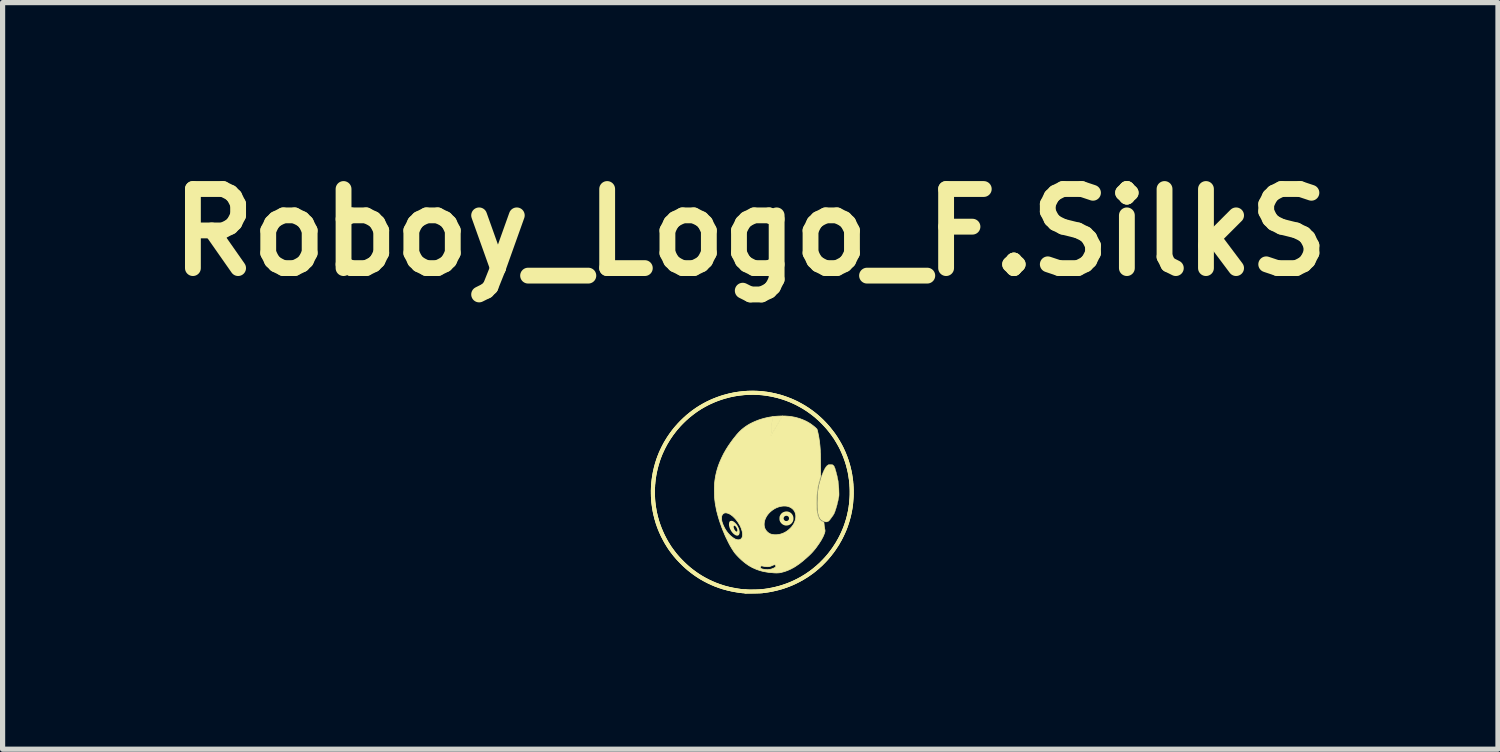
<source format=kicad_pcb>
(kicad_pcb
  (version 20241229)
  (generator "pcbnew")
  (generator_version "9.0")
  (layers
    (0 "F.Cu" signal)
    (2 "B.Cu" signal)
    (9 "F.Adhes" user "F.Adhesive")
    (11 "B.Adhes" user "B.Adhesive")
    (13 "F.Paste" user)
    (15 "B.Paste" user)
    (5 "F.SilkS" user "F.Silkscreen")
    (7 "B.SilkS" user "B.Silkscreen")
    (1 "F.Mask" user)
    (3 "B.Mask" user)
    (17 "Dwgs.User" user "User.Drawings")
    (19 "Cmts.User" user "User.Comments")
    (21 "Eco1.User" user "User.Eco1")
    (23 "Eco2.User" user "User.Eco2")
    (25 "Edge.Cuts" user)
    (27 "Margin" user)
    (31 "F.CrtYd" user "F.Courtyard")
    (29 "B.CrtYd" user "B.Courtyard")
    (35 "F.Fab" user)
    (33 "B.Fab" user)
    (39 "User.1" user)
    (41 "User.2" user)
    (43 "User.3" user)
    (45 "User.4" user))
  (footprint "Roboy_Logo_F.SilkS"
    (layer "F.Cu")
    (at 11.408 6.413)
    (property "Reference" "Roboy_Logo_F.SilkS" (at 0 -4.986 0) (layer "F.SilkS") (effects (font (size 1.524 1.524) (thickness 0.305))))
    (attr smd)
    (fp_line (start -1.877 0.013) (end -1.877 -0.014) (stroke (width 0.078) (type solid)) (layer "F.SilkS"))
    (fp_line (start -1.877 0.04) (end -1.877 0.013) (stroke (width 0.078) (type solid)) (layer "F.SilkS"))
    (fp_line (start -1.877 -0.014) (end -1.876 -0.041) (stroke (width 0.078) (type solid)) (layer "F.SilkS"))
    (fp_line (start -1.876 0.067) (end -1.877 0.04) (stroke (width 0.078) (type solid)) (layer "F.SilkS"))
    (fp_line (start -1.876 -0.041) (end -1.875 -0.068) (stroke (width 0.078) (type solid)) (layer "F.SilkS"))
    (fp_line (start -1.876 0.094) (end -1.876 0.067) (stroke (width 0.078) (type solid)) (layer "F.SilkS"))
    (fp_line (start -1.875 -0.068) (end -1.873 -0.095) (stroke (width 0.078) (type solid)) (layer "F.SilkS"))
    (fp_line (start -1.874 0.121) (end -1.876 0.094) (stroke (width 0.078) (type solid)) (layer "F.SilkS"))
    (fp_line (start -1.873 -0.095) (end -1.872 -0.121) (stroke (width 0.078) (type solid)) (layer "F.SilkS"))
    (fp_line (start -1.873 0.148) (end -1.874 0.121) (stroke (width 0.078) (type solid)) (layer "F.SilkS"))
    (fp_line (start -1.872 -0.121) (end -1.869 -0.148) (stroke (width 0.078) (type solid)) (layer "F.SilkS"))
    (fp_line (start -1.871 0.174) (end -1.873 0.148) (stroke (width 0.078) (type solid)) (layer "F.SilkS"))
    (fp_line (start -1.869 -0.148) (end -1.867 -0.175) (stroke (width 0.078) (type solid)) (layer "F.SilkS"))
    (fp_line (start -1.869 0.201) (end -1.871 0.174) (stroke (width 0.078) (type solid)) (layer "F.SilkS"))
    (fp_line (start -1.867 -0.175) (end -1.864 -0.202) (stroke (width 0.078) (type solid)) (layer "F.SilkS"))
    (fp_line (start -1.866 0.228) (end -1.869 0.201) (stroke (width 0.078) (type solid)) (layer "F.SilkS"))
    (fp_line (start -1.864 -0.202) (end -1.861 -0.229) (stroke (width 0.078) (type solid)) (layer "F.SilkS"))
    (fp_line (start -1.863 0.255) (end -1.866 0.228) (stroke (width 0.078) (type solid)) (layer "F.SilkS"))
    (fp_line (start -1.861 -0.229) (end -1.857 -0.255) (stroke (width 0.078) (type solid)) (layer "F.SilkS"))
    (fp_line (start -1.859 0.282) (end -1.863 0.255) (stroke (width 0.078) (type solid)) (layer "F.SilkS"))
    (fp_line (start -1.857 -0.255) (end -1.853 -0.282) (stroke (width 0.078) (type solid)) (layer "F.SilkS"))
    (fp_line (start -1.856 0.308) (end -1.859 0.282) (stroke (width 0.078) (type solid)) (layer "F.SilkS"))
    (fp_line (start -1.853 -0.282) (end -1.849 -0.308) (stroke (width 0.078) (type solid)) (layer "F.SilkS"))
    (fp_line (start -1.851 0.335) (end -1.856 0.308) (stroke (width 0.078) (type solid)) (layer "F.SilkS"))
    (fp_line (start -1.849 -0.308) (end -1.844 -0.335) (stroke (width 0.078) (type solid)) (layer "F.SilkS"))
    (fp_line (start -1.847 0.362) (end -1.851 0.335) (stroke (width 0.078) (type solid)) (layer "F.SilkS"))
    (fp_line (start -1.844 -0.335) (end -1.839 -0.361) (stroke (width 0.078) (type solid)) (layer "F.SilkS"))
    (fp_line (start -1.842 0.388) (end -1.847 0.362) (stroke (width 0.078) (type solid)) (layer "F.SilkS"))
    (fp_line (start -1.839 -0.361) (end -1.833 -0.388) (stroke (width 0.078) (type solid)) (layer "F.SilkS"))
    (fp_line (start -1.837 0.415) (end -1.842 0.388) (stroke (width 0.078) (type solid)) (layer "F.SilkS"))
    (fp_line (start -1.833 -0.388) (end -1.827 -0.414) (stroke (width 0.078) (type solid)) (layer "F.SilkS"))
    (fp_line (start -1.831 0.441) (end -1.837 0.415) (stroke (width 0.078) (type solid)) (layer "F.SilkS"))
    (fp_line (start -1.827 -0.414) (end -1.821 -0.44) (stroke (width 0.078) (type solid)) (layer "F.SilkS"))
    (fp_line (start -1.825 0.467) (end -1.831 0.441) (stroke (width 0.078) (type solid)) (layer "F.SilkS"))
    (fp_line (start -1.821 -0.44) (end -1.814 -0.467) (stroke (width 0.078) (type solid)) (layer "F.SilkS"))
    (fp_line (start -1.818 0.494) (end -1.825 0.467) (stroke (width 0.078) (type solid)) (layer "F.SilkS"))
    (fp_line (start -1.814 -0.467) (end -1.807 -0.493) (stroke (width 0.078) (type solid)) (layer "F.SilkS"))
    (fp_line (start -1.812 0.52) (end -1.818 0.494) (stroke (width 0.078) (type solid)) (layer "F.SilkS"))
    (fp_line (start -1.807 -0.493) (end -1.8 -0.519) (stroke (width 0.078) (type solid)) (layer "F.SilkS"))
    (fp_line (start -1.804 0.546) (end -1.812 0.52) (stroke (width 0.078) (type solid)) (layer "F.SilkS"))
    (fp_line (start -1.8 -0.519) (end -1.792 -0.544) (stroke (width 0.078) (type solid)) (layer "F.SilkS"))
    (fp_line (start -1.797 0.572) (end -1.804 0.546) (stroke (width 0.078) (type solid)) (layer "F.SilkS"))
    (fp_line (start -1.792 -0.544) (end -1.784 -0.57) (stroke (width 0.078) (type solid)) (layer "F.SilkS"))
    (fp_line (start -1.789 0.598) (end -1.797 0.572) (stroke (width 0.078) (type solid)) (layer "F.SilkS"))
    (fp_line (start -1.784 -0.57) (end -1.776 -0.596) (stroke (width 0.078) (type solid)) (layer "F.SilkS"))
    (fp_line (start -1.781 0.624) (end -1.789 0.598) (stroke (width 0.078) (type solid)) (layer "F.SilkS"))
    (fp_line (start -1.776 -0.596) (end -1.767 -0.621) (stroke (width 0.078) (type solid)) (layer "F.SilkS"))
    (fp_line (start -1.772 0.649) (end -1.781 0.624) (stroke (width 0.078) (type solid)) (layer "F.SilkS"))
    (fp_line (start -1.767 -0.621) (end -1.758 -0.647) (stroke (width 0.078) (type solid)) (layer "F.SilkS"))
    (fp_line (start -1.763 0.675) (end -1.772 0.649) (stroke (width 0.078) (type solid)) (layer "F.SilkS"))
    (fp_line (start -1.758 -0.647) (end -1.748 -0.672) (stroke (width 0.078) (type solid)) (layer "F.SilkS"))
    (fp_line (start -1.753 0.701) (end -1.763 0.675) (stroke (width 0.078) (type solid)) (layer "F.SilkS"))
    (fp_line (start -1.748 -0.672) (end -1.738 -0.697) (stroke (width 0.078) (type solid)) (layer "F.SilkS"))
    (fp_line (start -1.744 0.726) (end -1.753 0.701) (stroke (width 0.078) (type solid)) (layer "F.SilkS"))
    (fp_line (start -1.738 -0.697) (end -1.728 -0.723) (stroke (width 0.078) (type solid)) (layer "F.SilkS"))
    (fp_line (start -1.733 0.751) (end -1.744 0.726) (stroke (width 0.078) (type solid)) (layer "F.SilkS"))
    (fp_line (start -1.728 -0.723) (end -1.717 -0.747) (stroke (width 0.078) (type solid)) (layer "F.SilkS"))
    (fp_line (start -1.723 0.776) (end -1.733 0.751) (stroke (width 0.078) (type solid)) (layer "F.SilkS"))
    (fp_line (start -1.717 -0.747) (end -1.706 -0.772) (stroke (width 0.078) (type solid)) (layer "F.SilkS"))
    (fp_line (start -1.712 0.801) (end -1.723 0.776) (stroke (width 0.078) (type solid)) (layer "F.SilkS"))
    (fp_line (start -1.706 -0.772) (end -1.694 -0.797) (stroke (width 0.078) (type solid)) (layer "F.SilkS"))
    (fp_line (start -1.7 0.826) (end -1.712 0.801) (stroke (width 0.078) (type solid)) (layer "F.SilkS"))
    (fp_line (start -1.694 -0.797) (end -1.683 -0.821) (stroke (width 0.078) (type solid)) (layer "F.SilkS"))
    (fp_line (start -1.689 0.851) (end -1.7 0.826) (stroke (width 0.078) (type solid)) (layer "F.SilkS"))
    (fp_line (start -1.683 -0.821) (end -1.67 -0.846) (stroke (width 0.078) (type solid)) (layer "F.SilkS"))
    (fp_line (start -1.677 0.876) (end -1.689 0.851) (stroke (width 0.078) (type solid)) (layer "F.SilkS"))
    (fp_line (start -1.67 -0.846) (end -1.658 -0.87) (stroke (width 0.078) (type solid)) (layer "F.SilkS"))
    (fp_line (start -1.663 0.901) (end -1.677 0.876) (stroke (width 0.078) (type solid)) (layer "F.SilkS"))
    (fp_line (start -1.658 -0.87) (end -1.645 -0.894) (stroke (width 0.078) (type solid)) (layer "F.SilkS"))
    (fp_line (start -1.65 0.927) (end -1.663 0.901) (stroke (width 0.078) (type solid)) (layer "F.SilkS"))
    (fp_line (start -1.645 -0.894) (end -1.632 -0.918) (stroke (width 0.078) (type solid)) (layer "F.SilkS"))
    (fp_line (start -1.637 0.952) (end -1.65 0.927) (stroke (width 0.078) (type solid)) (layer "F.SilkS"))
    (fp_line (start -1.632 -0.918) (end -1.618 -0.942) (stroke (width 0.078) (type solid)) (layer "F.SilkS"))
    (fp_line (start -1.623 0.976) (end -1.637 0.952) (stroke (width 0.078) (type solid)) (layer "F.SilkS"))
    (fp_line (start -1.618 -0.942) (end -1.604 -0.965) (stroke (width 0.078) (type solid)) (layer "F.SilkS"))
    (fp_line (start -1.609 1.001) (end -1.623 0.976) (stroke (width 0.078) (type solid)) (layer "F.SilkS"))
    (fp_line (start -1.604 -0.965) (end -1.589 -0.989) (stroke (width 0.078) (type solid)) (layer "F.SilkS"))
    (fp_line (start -1.594 1.024) (end -1.609 1.001) (stroke (width 0.078) (type solid)) (layer "F.SilkS"))
    (fp_line (start -1.589 -0.989) (end -1.575 -1.012) (stroke (width 0.078) (type solid)) (layer "F.SilkS"))
    (fp_line (start -1.58 1.048) (end -1.594 1.024) (stroke (width 0.078) (type solid)) (layer "F.SilkS"))
    (fp_line (start -1.575 -1.012) (end -1.56 -1.035) (stroke (width 0.078) (type solid)) (layer "F.SilkS"))
    (fp_line (start -1.565 1.071) (end -1.58 1.048) (stroke (width 0.078) (type solid)) (layer "F.SilkS"))
    (fp_line (start -1.56 -1.035) (end -1.544 -1.058) (stroke (width 0.078) (type solid)) (layer "F.SilkS"))
    (fp_line (start -1.55 1.094) (end -1.565 1.071) (stroke (width 0.078) (type solid)) (layer "F.SilkS"))
    (fp_line (start -1.544 -1.058) (end -1.529 -1.08) (stroke (width 0.078) (type solid)) (layer "F.SilkS"))
    (fp_line (start -1.534 1.117) (end -1.55 1.094) (stroke (width 0.078) (type solid)) (layer "F.SilkS"))
    (fp_line (start -1.529 -1.08) (end -1.513 -1.103) (stroke (width 0.078) (type solid)) (layer "F.SilkS"))
    (fp_line (start -1.518 1.139) (end -1.534 1.117) (stroke (width 0.078) (type solid)) (layer "F.SilkS"))
    (fp_line (start -1.513 -1.103) (end -1.496 -1.125) (stroke (width 0.078) (type solid)) (layer "F.SilkS"))
    (fp_line (start -1.502 1.161) (end -1.518 1.139) (stroke (width 0.078) (type solid)) (layer "F.SilkS"))
    (fp_line (start -1.496 -1.125) (end -1.48 -1.147) (stroke (width 0.078) (type solid)) (layer "F.SilkS"))
    (fp_line (start -1.485 1.183) (end -1.502 1.161) (stroke (width 0.078) (type solid)) (layer "F.SilkS"))
    (fp_line (start -1.48 -1.147) (end -1.463 -1.168) (stroke (width 0.078) (type solid)) (layer "F.SilkS"))
    (fp_line (start -1.468 1.205) (end -1.485 1.183) (stroke (width 0.078) (type solid)) (layer "F.SilkS"))
    (fp_line (start -1.463 -1.168) (end -1.446 -1.19) (stroke (width 0.078) (type solid)) (layer "F.SilkS"))
    (fp_line (start -1.451 1.227) (end -1.468 1.205) (stroke (width 0.078) (type solid)) (layer "F.SilkS"))
    (fp_line (start -1.446 -1.19) (end -1.428 -1.211) (stroke (width 0.078) (type solid)) (layer "F.SilkS"))
    (fp_line (start -1.433 1.248) (end -1.451 1.227) (stroke (width 0.078) (type solid)) (layer "F.SilkS"))
    (fp_line (start -1.428 -1.211) (end -1.41 -1.232) (stroke (width 0.078) (type solid)) (layer "F.SilkS"))
    (fp_line (start -1.415 1.269) (end -1.433 1.248) (stroke (width 0.078) (type solid)) (layer "F.SilkS"))
    (fp_line (start -1.41 -1.232) (end -1.392 -1.252) (stroke (width 0.078) (type solid)) (layer "F.SilkS"))
    (fp_line (start -1.397 1.29) (end -1.415 1.269) (stroke (width 0.078) (type solid)) (layer "F.SilkS"))
    (fp_line (start -1.392 -1.252) (end -1.374 -1.273) (stroke (width 0.078) (type solid)) (layer "F.SilkS"))
    (fp_line (start -1.378 1.311) (end -1.397 1.29) (stroke (width 0.078) (type solid)) (layer "F.SilkS"))
    (fp_line (start -1.374 -1.273) (end -1.355 -1.293) (stroke (width 0.078) (type solid)) (layer "F.SilkS"))
    (fp_line (start -1.358 1.332) (end -1.378 1.311) (stroke (width 0.078) (type solid)) (layer "F.SilkS"))
    (fp_line (start -1.355 -1.293) (end -1.336 -1.313) (stroke (width 0.078) (type solid)) (layer "F.SilkS"))
    (fp_line (start -1.338 1.353) (end -1.358 1.332) (stroke (width 0.078) (type solid)) (layer "F.SilkS"))
    (fp_line (start -1.336 -1.313) (end -1.317 -1.332) (stroke (width 0.078) (type solid)) (layer "F.SilkS"))
    (fp_line (start -1.318 1.373) (end -1.338 1.353) (stroke (width 0.078) (type solid)) (layer "F.SilkS"))
    (fp_line (start -1.317 -1.332) (end -1.297 -1.352) (stroke (width 0.078) (type solid)) (layer "F.SilkS"))
    (fp_line (start -1.297 1.394) (end -1.318 1.373) (stroke (width 0.078) (type solid)) (layer "F.SilkS"))
    (fp_line (start -1.297 -1.352) (end -1.277 -1.371) (stroke (width 0.078) (type solid)) (layer "F.SilkS"))
    (fp_line (start -1.277 1.413) (end -1.297 1.394) (stroke (width 0.078) (type solid)) (layer "F.SilkS"))
    (fp_line (start -1.277 -1.371) (end -1.257 -1.39) (stroke (width 0.078) (type solid)) (layer "F.SilkS"))
    (fp_line (start -1.257 -1.39) (end -1.236 -1.408) (stroke (width 0.078) (type solid)) (layer "F.SilkS"))
    (fp_line (start -1.257 1.432) (end -1.277 1.413) (stroke (width 0.078) (type solid)) (layer "F.SilkS"))
    (fp_line (start -1.236 -1.408) (end -1.216 -1.427) (stroke (width 0.078) (type solid)) (layer "F.SilkS"))
    (fp_line (start -1.236 1.451) (end -1.257 1.432) (stroke (width 0.078) (type solid)) (layer "F.SilkS"))
    (fp_line (start -1.216 1.469) (end -1.236 1.451) (stroke (width 0.078) (type solid)) (layer "F.SilkS"))
    (fp_line (start -1.216 -1.427) (end -1.195 -1.445) (stroke (width 0.078) (type solid)) (layer "F.SilkS"))
    (fp_line (start -1.195 1.487) (end -1.216 1.469) (stroke (width 0.078) (type solid)) (layer "F.SilkS"))
    (fp_line (start -1.195 -1.445) (end -1.173 -1.462) (stroke (width 0.078) (type solid)) (layer "F.SilkS"))
    (fp_line (start -1.174 1.505) (end -1.195 1.487) (stroke (width 0.078) (type solid)) (layer "F.SilkS"))
    (fp_line (start -1.173 -1.462) (end -1.152 -1.48) (stroke (width 0.078) (type solid)) (layer "F.SilkS"))
    (fp_line (start -1.152 1.522) (end -1.174 1.505) (stroke (width 0.078) (type solid)) (layer "F.SilkS"))
    (fp_line (start -1.152 -1.48) (end -1.13 -1.497) (stroke (width 0.078) (type solid)) (layer "F.SilkS"))
    (fp_line (start -1.131 1.539) (end -1.152 1.522) (stroke (width 0.078) (type solid)) (layer "F.SilkS"))
    (fp_line (start -1.13 -1.497) (end -1.108 -1.514) (stroke (width 0.078) (type solid)) (layer "F.SilkS"))
    (fp_line (start -1.109 1.556) (end -1.131 1.539) (stroke (width 0.078) (type solid)) (layer "F.SilkS"))
    (fp_line (start -1.108 -1.514) (end -1.086 -1.53) (stroke (width 0.078) (type solid)) (layer "F.SilkS"))
    (fp_line (start -1.087 1.572) (end -1.109 1.556) (stroke (width 0.078) (type solid)) (layer "F.SilkS"))
    (fp_line (start -1.086 -1.53) (end -1.064 -1.546) (stroke (width 0.078) (type solid)) (layer "F.SilkS"))
    (fp_line (start -1.065 1.588) (end -1.087 1.572) (stroke (width 0.078) (type solid)) (layer "F.SilkS"))
    (fp_line (start -1.064 -1.546) (end -1.042 -1.561) (stroke (width 0.078) (type solid)) (layer "F.SilkS"))
    (fp_line (start -1.042 1.604) (end -1.065 1.588) (stroke (width 0.078) (type solid)) (layer "F.SilkS"))
    (fp_line (start -1.042 -1.561) (end -1.02 -1.577) (stroke (width 0.078) (type solid)) (layer "F.SilkS"))
    (fp_line (start -1.02 1.619) (end -1.042 1.604) (stroke (width 0.078) (type solid)) (layer "F.SilkS"))
    (fp_line (start -1.02 -1.577) (end -0.997 -1.591) (stroke (width 0.078) (type solid)) (layer "F.SilkS"))
    (fp_line (start -0.997 1.634) (end -1.02 1.619) (stroke (width 0.078) (type solid)) (layer "F.SilkS"))
    (fp_line (start -0.997 -1.591) (end -0.974 -1.606) (stroke (width 0.078) (type solid)) (layer "F.SilkS"))
    (fp_line (start -0.974 1.649) (end -0.997 1.634) (stroke (width 0.078) (type solid)) (layer "F.SilkS"))
    (fp_line (start -0.974 -1.606) (end -0.951 -1.62) (stroke (width 0.078) (type solid)) (layer "F.SilkS"))
    (fp_line (start -0.951 1.663) (end -0.974 1.649) (stroke (width 0.078) (type solid)) (layer "F.SilkS"))
    (fp_line (start -0.951 -1.62) (end -0.927 -1.634) (stroke (width 0.078) (type solid)) (layer "F.SilkS"))
    (fp_line (start -0.928 1.677) (end -0.951 1.663) (stroke (width 0.078) (type solid)) (layer "F.SilkS"))
    (fp_line (start -0.927 -1.634) (end -0.904 -1.647) (stroke (width 0.078) (type solid)) (layer "F.SilkS"))
    (fp_line (start -0.904 1.69) (end -0.928 1.677) (stroke (width 0.078) (type solid)) (layer "F.SilkS"))
    (fp_line (start -0.904 -1.647) (end -0.88 -1.661) (stroke (width 0.078) (type solid)) (layer "F.SilkS"))
    (fp_line (start -0.88 1.704) (end -0.904 1.69) (stroke (width 0.078) (type solid)) (layer "F.SilkS"))
    (fp_line (start -0.88 -1.661) (end -0.856 -1.673) (stroke (width 0.078) (type solid)) (layer "F.SilkS"))
    (fp_line (start -0.856 1.716) (end -0.88 1.704) (stroke (width 0.078) (type solid)) (layer "F.SilkS"))
    (fp_line (start -0.856 -1.673) (end -0.832 -1.686) (stroke (width 0.078) (type solid)) (layer "F.SilkS"))
    (fp_line (start -0.832 1.729) (end -0.856 1.716) (stroke (width 0.078) (type solid)) (layer "F.SilkS"))
    (fp_line (start -0.832 -1.686) (end -0.808 -1.698) (stroke (width 0.078) (type solid)) (layer "F.SilkS"))
    (fp_line (start -0.808 1.741) (end -0.832 1.729) (stroke (width 0.078) (type solid)) (layer "F.SilkS"))
    (fp_line (start -0.808 -1.698) (end -0.783 -1.71) (stroke (width 0.078) (type solid)) (layer "F.SilkS"))
    (fp_line (start -0.784 1.753) (end -0.808 1.741) (stroke (width 0.078) (type solid)) (layer "F.SilkS"))
    (fp_line (start -0.783 -1.71) (end -0.759 -1.721) (stroke (width 0.078) (type solid)) (layer "F.SilkS"))
    (fp_line (start -0.759 1.764) (end -0.784 1.753) (stroke (width 0.078) (type solid)) (layer "F.SilkS"))
    (fp_line (start -0.759 -1.721) (end -0.734 -1.732) (stroke (width 0.078) (type solid)) (layer "F.SilkS"))
    (fp_line (start -0.734 1.776) (end -0.759 1.764) (stroke (width 0.078) (type solid)) (layer "F.SilkS"))
    (fp_line (start -0.734 -1.732) (end -0.709 -1.743) (stroke (width 0.078) (type solid)) (layer "F.SilkS"))
    (fp_line (start -0.709 1.786) (end -0.734 1.776) (stroke (width 0.078) (type solid)) (layer "F.SilkS"))
    (fp_line (start -0.709 -1.743) (end -0.684 -1.753) (stroke (width 0.078) (type solid)) (layer "F.SilkS"))
    (fp_line (start -0.684 1.797) (end -0.709 1.786) (stroke (width 0.078) (type solid)) (layer "F.SilkS"))
    (fp_line (start -0.684 -1.753) (end -0.659 -1.763) (stroke (width 0.078) (type solid)) (layer "F.SilkS"))
    (fp_line (start -0.659 1.807) (end -0.684 1.797) (stroke (width 0.078) (type solid)) (layer "F.SilkS"))
    (fp_line (start -0.659 -1.763) (end -0.633 -1.773) (stroke (width 0.078) (type solid)) (layer "F.SilkS"))
    (fp_line (start -0.633 -1.773) (end -0.608 -1.782) (stroke (width 0.078) (type solid)) (layer "F.SilkS"))
    (fp_line (start -0.633 1.816) (end -0.659 1.807) (stroke (width 0.078) (type solid)) (layer "F.SilkS"))
    (fp_line (start -0.608 -1.782) (end -0.582 -1.791) (stroke (width 0.078) (type solid)) (layer "F.SilkS"))
    (fp_line (start -0.608 1.826) (end -0.633 1.816) (stroke (width 0.078) (type solid)) (layer "F.SilkS"))
    (fp_line (start -0.582 -1.791) (end -0.556 -1.8) (stroke (width 0.078) (type solid)) (layer "F.SilkS"))
    (fp_line (start -0.582 1.835) (end -0.608 1.826) (stroke (width 0.078) (type solid)) (layer "F.SilkS"))
    (fp_line (start -0.556 -1.8) (end -0.53 -1.808) (stroke (width 0.078) (type solid)) (layer "F.SilkS"))
    (fp_line (start -0.556 1.843) (end -0.582 1.835) (stroke (width 0.078) (type solid)) (layer "F.SilkS"))
    (fp_line (start -0.53 -1.808) (end -0.504 -1.816) (stroke (width 0.078) (type solid)) (layer "F.SilkS"))
    (fp_line (start -0.53 1.852) (end -0.556 1.843) (stroke (width 0.078) (type solid)) (layer "F.SilkS"))
    (fp_line (start -0.504 -1.816) (end -0.478 -1.823) (stroke (width 0.078) (type solid)) (layer "F.SilkS"))
    (fp_line (start -0.503 1.86) (end -0.53 1.852) (stroke (width 0.078) (type solid)) (layer "F.SilkS"))
    (fp_line (start -0.478 -1.823) (end -0.452 -1.83) (stroke (width 0.078) (type solid)) (layer "F.SilkS"))
    (fp_line (start -0.477 1.867) (end -0.503 1.86) (stroke (width 0.078) (type solid)) (layer "F.SilkS"))
    (fp_line (start -0.452 -1.83) (end -0.425 -1.837) (stroke (width 0.078) (type solid)) (layer "F.SilkS"))
    (fp_line (start -0.45 1.874) (end -0.477 1.867) (stroke (width 0.078) (type solid)) (layer "F.SilkS"))
    (fp_line (start -0.425 -1.837) (end -0.399 -1.844) (stroke (width 0.078) (type solid)) (layer "F.SilkS"))
    (fp_line (start -0.424 1.881) (end -0.45 1.874) (stroke (width 0.078) (type solid)) (layer "F.SilkS"))
    (fp_line (start -0.399 -1.844) (end -0.372 -1.85) (stroke (width 0.078) (type solid)) (layer "F.SilkS"))
    (fp_line (start -0.397 1.887) (end -0.424 1.881) (stroke (width 0.078) (type solid)) (layer "F.SilkS"))
    (fp_line (start -0.372 -1.85) (end -0.346 -1.855) (stroke (width 0.078) (type solid)) (layer "F.SilkS"))
    (fp_line (start -0.37 1.893) (end -0.397 1.887) (stroke (width 0.078) (type solid)) (layer "F.SilkS"))
    (fp_line (start -0.346 -1.855) (end -0.319 -1.861) (stroke (width 0.078) (type solid)) (layer "F.SilkS"))
    (fp_line (start -0.343 1.899) (end -0.37 1.893) (stroke (width 0.078) (type solid)) (layer "F.SilkS"))
    (fp_line (start -0.319 -1.861) (end -0.292 -1.866) (stroke (width 0.078) (type solid)) (layer "F.SilkS"))
    (fp_line (start -0.315 1.904) (end -0.343 1.899) (stroke (width 0.078) (type solid)) (layer "F.SilkS"))
    (fp_line (start -0.292 -1.866) (end -0.265 -1.87) (stroke (width 0.078) (type solid)) (layer "F.SilkS"))
    (fp_line (start -0.288 1.909) (end -0.315 1.904) (stroke (width 0.078) (type solid)) (layer "F.SilkS"))
    (fp_line (start -0.265 -1.87) (end -0.238 -1.874) (stroke (width 0.078) (type solid)) (layer "F.SilkS"))
    (fp_line (start -0.26 1.914) (end -0.288 1.909) (stroke (width 0.078) (type solid)) (layer "F.SilkS"))
    (fp_line (start -0.238 -1.874) (end -0.211 -1.878) (stroke (width 0.078) (type solid)) (layer "F.SilkS"))
    (fp_line (start -0.233 1.918) (end -0.26 1.914) (stroke (width 0.078) (type solid)) (layer "F.SilkS"))
    (fp_line (start -0.211 -1.878) (end -0.184 -1.881) (stroke (width 0.078) (type solid)) (layer "F.SilkS"))
    (fp_line (start -0.205 1.922) (end -0.233 1.918) (stroke (width 0.078) (type solid)) (layer "F.SilkS"))
    (fp_line (start -0.184 -1.881) (end -0.157 -1.884) (stroke (width 0.078) (type solid)) (layer "F.SilkS"))
    (fp_line (start -0.177 1.926) (end -0.205 1.922) (stroke (width 0.078) (type solid)) (layer "F.SilkS"))
    (fp_line (start -0.157 -1.884) (end -0.13 -1.887) (stroke (width 0.078) (type solid)) (layer "F.SilkS"))
    (fp_line (start -0.149 1.929) (end -0.177 1.926) (stroke (width 0.078) (type solid)) (layer "F.SilkS"))
    (fp_line (start -0.13 -1.887) (end -0.103 -1.889) (stroke (width 0.078) (type solid)) (layer "F.SilkS"))
    (fp_line (start -0.121 1.931) (end -0.149 1.929) (stroke (width 0.078) (type solid)) (layer "F.SilkS"))
    (fp_line (start -0.103 -1.889) (end -0.075 -1.891) (stroke (width 0.078) (type solid)) (layer "F.SilkS"))
    (fp_line (start -0.093 1.934) (end -0.121 1.931) (stroke (width 0.078) (type solid)) (layer "F.SilkS"))
    (fp_line (start -0.093 1.934) (end -0.093 1.934) (stroke (width 0.078) (type solid)) (layer "F.SilkS"))
    (fp_line (start -0.075 -1.891) (end -0.048 -1.893) (stroke (width 0.078) (type solid)) (layer "F.SilkS"))
    (fp_line (start -0.074 1.935) (end -0.093 1.934) (stroke (width 0.078) (type solid)) (layer "F.SilkS"))
    (fp_line (start -0.052 1.935) (end -0.074 1.935) (stroke (width 0.078) (type solid)) (layer "F.SilkS"))
    (fp_line (start -0.048 -1.893) (end -0.021 -1.894) (stroke (width 0.078) (type solid)) (layer "F.SilkS"))
    (fp_line (start -0.025 1.936) (end -0.052 1.935) (stroke (width 0.078) (type solid)) (layer "F.SilkS"))
    (fp_line (start -0.021 -1.894) (end 0.007 -1.894) (stroke (width 0.078) (type solid)) (layer "F.SilkS"))
    (fp_line (start 0.005 1.936) (end -0.025 1.936) (stroke (width 0.078) (type solid)) (layer "F.SilkS"))
    (fp_line (start 0.007 -1.894) (end 0.034 -1.895) (stroke (width 0.078) (type solid)) (layer "F.SilkS"))
    (fp_line (start 0.034 -1.895) (end 0.061 -1.895) (stroke (width 0.078) (type solid)) (layer "F.SilkS"))
    (fp_line (start 0.036 1.936) (end 0.005 1.936) (stroke (width 0.078) (type solid)) (layer "F.SilkS"))
    (fp_line (start 0.061 -1.895) (end 0.089 -1.894) (stroke (width 0.078) (type solid)) (layer "F.SilkS"))
    (fp_line (start 0.068 1.935) (end 0.036 1.936) (stroke (width 0.078) (type solid)) (layer "F.SilkS"))
    (fp_line (start 0.089 -1.894) (end 0.116 -1.893) (stroke (width 0.078) (type solid)) (layer "F.SilkS"))
    (fp_line (start 0.1 1.935) (end 0.068 1.935) (stroke (width 0.078) (type solid)) (layer "F.SilkS"))
    (fp_line (start 0.116 -1.893) (end 0.143 -1.892) (stroke (width 0.078) (type solid)) (layer "F.SilkS"))
    (fp_line (start 0.132 1.934) (end 0.1 1.935) (stroke (width 0.078) (type solid)) (layer "F.SilkS"))
    (fp_line (start 0.143 -1.892) (end 0.171 -1.89) (stroke (width 0.078) (type solid)) (layer "F.SilkS"))
    (fp_line (start 0.161 1.933) (end 0.132 1.934) (stroke (width 0.078) (type solid)) (layer "F.SilkS"))
    (fp_line (start 0.171 -1.89) (end 0.198 -1.888) (stroke (width 0.078) (type solid)) (layer "F.SilkS"))
    (fp_line (start 0.188 1.932) (end 0.161 1.933) (stroke (width 0.078) (type solid)) (layer "F.SilkS"))
    (fp_line (start 0.198 -1.888) (end 0.225 -1.886) (stroke (width 0.078) (type solid)) (layer "F.SilkS"))
    (fp_line (start 0.211 1.93) (end 0.188 1.932) (stroke (width 0.078) (type solid)) (layer "F.SilkS"))
    (fp_line (start 0.225 -1.886) (end 0.252 -1.883) (stroke (width 0.078) (type solid)) (layer "F.SilkS"))
    (fp_line (start 0.229 1.929) (end 0.211 1.93) (stroke (width 0.078) (type solid)) (layer "F.SilkS"))
    (fp_line (start 0.252 -1.883) (end 0.28 -1.879) (stroke (width 0.078) (type solid)) (layer "F.SilkS"))
    (fp_line (start 0.257 1.925) (end 0.229 1.929) (stroke (width 0.078) (type solid)) (layer "F.SilkS"))
    (fp_line (start 0.28 -1.879) (end 0.308 -1.876) (stroke (width 0.078) (type solid)) (layer "F.SilkS"))
    (fp_line (start 0.285 1.922) (end 0.257 1.925) (stroke (width 0.078) (type solid)) (layer "F.SilkS"))
    (fp_line (start 0.308 -1.876) (end 0.335 -1.872) (stroke (width 0.078) (type solid)) (layer "F.SilkS"))
    (fp_line (start 0.312 1.918) (end 0.285 1.922) (stroke (width 0.078) (type solid)) (layer "F.SilkS"))
    (fp_line (start 0.335 -1.872) (end 0.362 -1.867) (stroke (width 0.078) (type solid)) (layer "F.SilkS"))
    (fp_line (start 0.34 1.914) (end 0.312 1.918) (stroke (width 0.078) (type solid)) (layer "F.SilkS"))
    (fp_line (start 0.362 -1.867) (end 0.39 -1.862) (stroke (width 0.078) (type solid)) (layer "F.SilkS"))
    (fp_line (start 0.367 1.909) (end 0.34 1.914) (stroke (width 0.078) (type solid)) (layer "F.SilkS"))
    (fp_line (start 0.39 -1.862) (end 0.417 -1.857) (stroke (width 0.078) (type solid)) (layer "F.SilkS"))
    (fp_line (start 0.394 1.904) (end 0.367 1.909) (stroke (width 0.078) (type solid)) (layer "F.SilkS"))
    (fp_line (start 0.417 -1.857) (end 0.444 -1.851) (stroke (width 0.078) (type solid)) (layer "F.SilkS"))
    (fp_line (start 0.421 1.899) (end 0.394 1.904) (stroke (width 0.078) (type solid)) (layer "F.SilkS"))
    (fp_line (start 0.444 -1.851) (end 0.471 -1.845) (stroke (width 0.078) (type solid)) (layer "F.SilkS"))
    (fp_line (start 0.448 1.893) (end 0.421 1.899) (stroke (width 0.078) (type solid)) (layer "F.SilkS"))
    (fp_line (start 0.471 -1.845) (end 0.497 -1.839) (stroke (width 0.078) (type solid)) (layer "F.SilkS"))
    (fp_line (start 0.474 1.887) (end 0.448 1.893) (stroke (width 0.078) (type solid)) (layer "F.SilkS"))
    (fp_line (start 0.497 -1.839) (end 0.524 -1.832) (stroke (width 0.078) (type solid)) (layer "F.SilkS"))
    (fp_line (start 0.501 1.881) (end 0.474 1.887) (stroke (width 0.078) (type solid)) (layer "F.SilkS"))
    (fp_line (start 0.524 -1.832) (end 0.551 -1.825) (stroke (width 0.078) (type solid)) (layer "F.SilkS"))
    (fp_line (start 0.527 1.874) (end 0.501 1.881) (stroke (width 0.078) (type solid)) (layer "F.SilkS"))
    (fp_line (start 0.551 -1.825) (end 0.577 -1.818) (stroke (width 0.078) (type solid)) (layer "F.SilkS"))
    (fp_line (start 0.554 1.867) (end 0.527 1.874) (stroke (width 0.078) (type solid)) (layer "F.SilkS"))
    (fp_line (start 0.577 -1.818) (end 0.603 -1.81) (stroke (width 0.078) (type solid)) (layer "F.SilkS"))
    (fp_line (start 0.58 1.86) (end 0.554 1.867) (stroke (width 0.078) (type solid)) (layer "F.SilkS"))
    (fp_line (start 0.603 -1.81) (end 0.629 -1.802) (stroke (width 0.078) (type solid)) (layer "F.SilkS"))
    (fp_line (start 0.606 1.852) (end 0.58 1.86) (stroke (width 0.078) (type solid)) (layer "F.SilkS"))
    (fp_line (start 0.629 -1.802) (end 0.655 -1.793) (stroke (width 0.078) (type solid)) (layer "F.SilkS"))
    (fp_line (start 0.632 1.844) (end 0.606 1.852) (stroke (width 0.078) (type solid)) (layer "F.SilkS"))
    (fp_line (start 0.655 -1.793) (end 0.681 -1.784) (stroke (width 0.078) (type solid)) (layer "F.SilkS"))
    (fp_line (start 0.657 1.835) (end 0.632 1.844) (stroke (width 0.078) (type solid)) (layer "F.SilkS"))
    (fp_line (start 0.681 -1.784) (end 0.707 -1.775) (stroke (width 0.078) (type solid)) (layer "F.SilkS"))
    (fp_line (start 0.683 1.827) (end 0.657 1.835) (stroke (width 0.078) (type solid)) (layer "F.SilkS"))
    (fp_line (start 0.707 -1.775) (end 0.732 -1.765) (stroke (width 0.078) (type solid)) (layer "F.SilkS"))
    (fp_line (start 0.708 1.817) (end 0.683 1.827) (stroke (width 0.078) (type solid)) (layer "F.SilkS"))
    (fp_line (start 0.732 -1.765) (end 0.757 -1.755) (stroke (width 0.078) (type solid)) (layer "F.SilkS"))
    (fp_line (start 0.733 1.808) (end 0.708 1.817) (stroke (width 0.078) (type solid)) (layer "F.SilkS"))
    (fp_line (start 0.757 -1.755) (end 0.783 -1.745) (stroke (width 0.078) (type solid)) (layer "F.SilkS"))
    (fp_line (start 0.758 1.798) (end 0.733 1.808) (stroke (width 0.078) (type solid)) (layer "F.SilkS"))
    (fp_line (start 0.783 -1.745) (end 0.808 -1.734) (stroke (width 0.078) (type solid)) (layer "F.SilkS"))
    (fp_line (start 0.783 1.788) (end 0.758 1.798) (stroke (width 0.078) (type solid)) (layer "F.SilkS"))
    (fp_line (start 0.808 -1.734) (end 0.832 -1.723) (stroke (width 0.078) (type solid)) (layer "F.SilkS"))
    (fp_line (start 0.808 1.777) (end 0.783 1.788) (stroke (width 0.078) (type solid)) (layer "F.SilkS"))
    (fp_line (start 0.832 -1.723) (end 0.857 -1.712) (stroke (width 0.078) (type solid)) (layer "F.SilkS"))
    (fp_line (start 0.833 1.766) (end 0.808 1.777) (stroke (width 0.078) (type solid)) (layer "F.SilkS"))
    (fp_line (start 0.857 1.755) (end 0.833 1.766) (stroke (width 0.078) (type solid)) (layer "F.SilkS"))
    (fp_line (start 0.857 -1.712) (end 0.882 -1.7) (stroke (width 0.078) (type solid)) (layer "F.SilkS"))
    (fp_line (start 0.881 1.743) (end 0.857 1.755) (stroke (width 0.078) (type solid)) (layer "F.SilkS"))
    (fp_line (start 0.882 -1.7) (end 0.906 -1.688) (stroke (width 0.078) (type solid)) (layer "F.SilkS"))
    (fp_line (start 0.905 1.731) (end 0.881 1.743) (stroke (width 0.078) (type solid)) (layer "F.SilkS"))
    (fp_line (start 0.906 -1.688) (end 0.93 -1.675) (stroke (width 0.078) (type solid)) (layer "F.SilkS"))
    (fp_line (start 0.929 1.719) (end 0.905 1.731) (stroke (width 0.078) (type solid)) (layer "F.SilkS"))
    (fp_line (start 0.93 -1.675) (end 0.954 -1.662) (stroke (width 0.078) (type solid)) (layer "F.SilkS"))
    (fp_line (start 0.953 1.706) (end 0.929 1.719) (stroke (width 0.078) (type solid)) (layer "F.SilkS"))
    (fp_line (start 0.954 -1.662) (end 0.978 -1.649) (stroke (width 0.078) (type solid)) (layer "F.SilkS"))
    (fp_line (start 0.977 1.693) (end 0.953 1.706) (stroke (width 0.078) (type solid)) (layer "F.SilkS"))
    (fp_line (start 0.978 -1.649) (end 1.001 -1.636) (stroke (width 0.078) (type solid)) (layer "F.SilkS"))
    (fp_line (start 1 1.68) (end 0.977 1.693) (stroke (width 0.078) (type solid)) (layer "F.SilkS"))
    (fp_line (start 1.001 -1.636) (end 1.025 -1.622) (stroke (width 0.078) (type solid)) (layer "F.SilkS"))
    (fp_line (start 1.023 1.666) (end 1 1.68) (stroke (width 0.078) (type solid)) (layer "F.SilkS"))
    (fp_line (start 1.025 -1.622) (end 1.048 -1.608) (stroke (width 0.078) (type solid)) (layer "F.SilkS"))
    (fp_line (start 1.046 1.652) (end 1.023 1.666) (stroke (width 0.078) (type solid)) (layer "F.SilkS"))
    (fp_line (start 1.048 -1.608) (end 1.071 -1.593) (stroke (width 0.078) (type solid)) (layer "F.SilkS"))
    (fp_line (start 1.069 1.638) (end 1.046 1.652) (stroke (width 0.078) (type solid)) (layer "F.SilkS"))
    (fp_line (start 1.071 -1.593) (end 1.094 -1.579) (stroke (width 0.078) (type solid)) (layer "F.SilkS"))
    (fp_line (start 1.092 1.623) (end 1.069 1.638) (stroke (width 0.078) (type solid)) (layer "F.SilkS"))
    (fp_line (start 1.094 -1.579) (end 1.116 -1.564) (stroke (width 0.078) (type solid)) (layer "F.SilkS"))
    (fp_line (start 1.114 1.608) (end 1.092 1.623) (stroke (width 0.078) (type solid)) (layer "F.SilkS"))
    (fp_line (start 1.116 -1.564) (end 1.138 -1.548) (stroke (width 0.078) (type solid)) (layer "F.SilkS"))
    (fp_line (start 1.136 1.593) (end 1.114 1.608) (stroke (width 0.078) (type solid)) (layer "F.SilkS"))
    (fp_line (start 1.138 -1.548) (end 1.161 -1.532) (stroke (width 0.078) (type solid)) (layer "F.SilkS"))
    (fp_line (start 1.159 1.577) (end 1.136 1.593) (stroke (width 0.078) (type solid)) (layer "F.SilkS"))
    (fp_line (start 1.161 -1.532) (end 1.183 -1.516) (stroke (width 0.078) (type solid)) (layer "F.SilkS"))
    (fp_line (start 1.181 1.561) (end 1.159 1.577) (stroke (width 0.078) (type solid)) (layer "F.SilkS"))
    (fp_line (start 1.183 -1.516) (end 1.204 -1.5) (stroke (width 0.078) (type solid)) (layer "F.SilkS"))
    (fp_line (start 1.202 1.545) (end 1.181 1.561) (stroke (width 0.078) (type solid)) (layer "F.SilkS"))
    (fp_line (start 1.204 -1.5) (end 1.226 -1.483) (stroke (width 0.078) (type solid)) (layer "F.SilkS"))
    (fp_line (start 1.224 1.528) (end 1.202 1.545) (stroke (width 0.078) (type solid)) (layer "F.SilkS"))
    (fp_line (start 1.226 -1.483) (end 1.247 -1.466) (stroke (width 0.078) (type solid)) (layer "F.SilkS"))
    (fp_line (start 1.245 1.511) (end 1.224 1.528) (stroke (width 0.078) (type solid)) (layer "F.SilkS"))
    (fp_line (start 1.247 -1.466) (end 1.268 -1.449) (stroke (width 0.078) (type solid)) (layer "F.SilkS"))
    (fp_line (start 1.266 1.493) (end 1.245 1.511) (stroke (width 0.078) (type solid)) (layer "F.SilkS"))
    (fp_line (start 1.268 -1.449) (end 1.289 -1.431) (stroke (width 0.078) (type solid)) (layer "F.SilkS"))
    (fp_line (start 1.287 1.476) (end 1.266 1.493) (stroke (width 0.078) (type solid)) (layer "F.SilkS"))
    (fp_line (start 1.289 -1.431) (end 1.309 -1.413) (stroke (width 0.078) (type solid)) (layer "F.SilkS"))
    (fp_line (start 1.308 1.458) (end 1.287 1.476) (stroke (width 0.078) (type solid)) (layer "F.SilkS"))
    (fp_line (start 1.309 -1.413) (end 1.33 -1.395) (stroke (width 0.078) (type solid)) (layer "F.SilkS"))
    (fp_line (start 1.328 1.439) (end 1.308 1.458) (stroke (width 0.078) (type solid)) (layer "F.SilkS"))
    (fp_line (start 1.33 -1.395) (end 1.35 -1.376) (stroke (width 0.078) (type solid)) (layer "F.SilkS"))
    (fp_line (start 1.349 1.421) (end 1.328 1.439) (stroke (width 0.078) (type solid)) (layer "F.SilkS"))
    (fp_line (start 1.35 -1.376) (end 1.37 -1.357) (stroke (width 0.078) (type solid)) (layer "F.SilkS"))
    (fp_line (start 1.369 1.402) (end 1.349 1.421) (stroke (width 0.078) (type solid)) (layer "F.SilkS"))
    (fp_line (start 1.37 -1.357) (end 1.389 -1.338) (stroke (width 0.078) (type solid)) (layer "F.SilkS"))
    (fp_line (start 1.388 1.382) (end 1.369 1.402) (stroke (width 0.078) (type solid)) (layer "F.SilkS"))
    (fp_line (start 1.389 -1.338) (end 1.409 -1.318) (stroke (width 0.078) (type solid)) (layer "F.SilkS"))
    (fp_line (start 1.407 1.363) (end 1.388 1.382) (stroke (width 0.078) (type solid)) (layer "F.SilkS"))
    (fp_line (start 1.409 -1.318) (end 1.428 -1.298) (stroke (width 0.078) (type solid)) (layer "F.SilkS"))
    (fp_line (start 1.427 1.343) (end 1.407 1.363) (stroke (width 0.078) (type solid)) (layer "F.SilkS"))
    (fp_line (start 1.428 -1.298) (end 1.447 -1.278) (stroke (width 0.078) (type solid)) (layer "F.SilkS"))
    (fp_line (start 1.445 1.323) (end 1.427 1.343) (stroke (width 0.078) (type solid)) (layer "F.SilkS"))
    (fp_line (start 1.447 -1.278) (end 1.465 -1.258) (stroke (width 0.078) (type solid)) (layer "F.SilkS"))
    (fp_line (start 1.464 1.303) (end 1.445 1.323) (stroke (width 0.078) (type solid)) (layer "F.SilkS"))
    (fp_line (start 1.465 -1.258) (end 1.484 -1.237) (stroke (width 0.078) (type solid)) (layer "F.SilkS"))
    (fp_line (start 1.482 1.282) (end 1.464 1.303) (stroke (width 0.078) (type solid)) (layer "F.SilkS"))
    (fp_line (start 1.484 -1.237) (end 1.502 -1.216) (stroke (width 0.078) (type solid)) (layer "F.SilkS"))
    (fp_line (start 1.5 1.261) (end 1.482 1.282) (stroke (width 0.078) (type solid)) (layer "F.SilkS"))
    (fp_line (start 1.502 -1.216) (end 1.519 -1.195) (stroke (width 0.078) (type solid)) (layer "F.SilkS"))
    (fp_line (start 1.518 1.24) (end 1.5 1.261) (stroke (width 0.078) (type solid)) (layer "F.SilkS"))
    (fp_line (start 1.519 -1.195) (end 1.537 -1.173) (stroke (width 0.078) (type solid)) (layer "F.SilkS"))
    (fp_line (start 1.535 1.219) (end 1.518 1.24) (stroke (width 0.078) (type solid)) (layer "F.SilkS"))
    (fp_line (start 1.537 -1.173) (end 1.554 -1.151) (stroke (width 0.078) (type solid)) (layer "F.SilkS"))
    (fp_line (start 1.552 1.197) (end 1.535 1.219) (stroke (width 0.078) (type solid)) (layer "F.SilkS"))
    (fp_line (start 1.554 -1.151) (end 1.571 -1.129) (stroke (width 0.078) (type solid)) (layer "F.SilkS"))
    (fp_line (start 1.569 1.175) (end 1.552 1.197) (stroke (width 0.078) (type solid)) (layer "F.SilkS"))
    (fp_line (start 1.571 -1.129) (end 1.588 -1.107) (stroke (width 0.078) (type solid)) (layer "F.SilkS"))
    (fp_line (start 1.585 1.153) (end 1.569 1.175) (stroke (width 0.078) (type solid)) (layer "F.SilkS"))
    (fp_line (start 1.588 -1.107) (end 1.604 -1.085) (stroke (width 0.078) (type solid)) (layer "F.SilkS"))
    (fp_line (start 1.601 1.131) (end 1.585 1.153) (stroke (width 0.078) (type solid)) (layer "F.SilkS"))
    (fp_line (start 1.604 -1.085) (end 1.619 -1.062) (stroke (width 0.078) (type solid)) (layer "F.SilkS"))
    (fp_line (start 1.617 1.108) (end 1.601 1.131) (stroke (width 0.078) (type solid)) (layer "F.SilkS"))
    (fp_line (start 1.619 -1.062) (end 1.635 -1.04) (stroke (width 0.078) (type solid)) (layer "F.SilkS"))
    (fp_line (start 1.632 1.086) (end 1.617 1.108) (stroke (width 0.078) (type solid)) (layer "F.SilkS"))
    (fp_line (start 1.635 -1.04) (end 1.65 -1.017) (stroke (width 0.078) (type solid)) (layer "F.SilkS"))
    (fp_line (start 1.647 1.063) (end 1.632 1.086) (stroke (width 0.078) (type solid)) (layer "F.SilkS"))
    (fp_line (start 1.65 -1.017) (end 1.664 -0.994) (stroke (width 0.078) (type solid)) (layer "F.SilkS"))
    (fp_line (start 1.662 1.04) (end 1.647 1.063) (stroke (width 0.078) (type solid)) (layer "F.SilkS"))
    (fp_line (start 1.664 -0.994) (end 1.678 -0.971) (stroke (width 0.078) (type solid)) (layer "F.SilkS"))
    (fp_line (start 1.677 1.016) (end 1.662 1.04) (stroke (width 0.078) (type solid)) (layer "F.SilkS"))
    (fp_line (start 1.678 -0.971) (end 1.692 -0.948) (stroke (width 0.078) (type solid)) (layer "F.SilkS"))
    (fp_line (start 1.691 0.993) (end 1.677 1.016) (stroke (width 0.078) (type solid)) (layer "F.SilkS"))
    (fp_line (start 1.692 -0.948) (end 1.706 -0.924) (stroke (width 0.078) (type solid)) (layer "F.SilkS"))
    (fp_line (start 1.704 0.969) (end 1.691 0.993) (stroke (width 0.078) (type solid)) (layer "F.SilkS"))
    (fp_line (start 1.706 -0.924) (end 1.719 -0.901) (stroke (width 0.078) (type solid)) (layer "F.SilkS"))
    (fp_line (start 1.718 0.945) (end 1.704 0.969) (stroke (width 0.078) (type solid)) (layer "F.SilkS"))
    (fp_line (start 1.719 -0.901) (end 1.732 -0.877) (stroke (width 0.078) (type solid)) (layer "F.SilkS"))
    (fp_line (start 1.731 0.921) (end 1.718 0.945) (stroke (width 0.078) (type solid)) (layer "F.SilkS"))
    (fp_line (start 1.732 -0.877) (end 1.745 -0.853) (stroke (width 0.078) (type solid)) (layer "F.SilkS"))
    (fp_line (start 1.744 0.897) (end 1.731 0.921) (stroke (width 0.078) (type solid)) (layer "F.SilkS"))
    (fp_line (start 1.745 -0.853) (end 1.757 -0.829) (stroke (width 0.078) (type solid)) (layer "F.SilkS"))
    (fp_line (start 1.756 0.872) (end 1.744 0.897) (stroke (width 0.078) (type solid)) (layer "F.SilkS"))
    (fp_line (start 1.757 -0.829) (end 1.769 -0.804) (stroke (width 0.078) (type solid)) (layer "F.SilkS"))
    (fp_line (start 1.768 0.848) (end 1.756 0.872) (stroke (width 0.078) (type solid)) (layer "F.SilkS"))
    (fp_line (start 1.769 -0.804) (end 1.78 -0.78) (stroke (width 0.078) (type solid)) (layer "F.SilkS"))
    (fp_line (start 1.78 0.823) (end 1.768 0.848) (stroke (width 0.078) (type solid)) (layer "F.SilkS"))
    (fp_line (start 1.78 -0.78) (end 1.791 -0.755) (stroke (width 0.078) (type solid)) (layer "F.SilkS"))
    (fp_line (start 1.791 0.798) (end 1.78 0.823) (stroke (width 0.078) (type solid)) (layer "F.SilkS"))
    (fp_line (start 1.791 -0.755) (end 1.802 -0.731) (stroke (width 0.078) (type solid)) (layer "F.SilkS"))
    (fp_line (start 1.802 -0.731) (end 1.812 -0.706) (stroke (width 0.078) (type solid)) (layer "F.SilkS"))
    (fp_line (start 1.802 0.773) (end 1.791 0.798) (stroke (width 0.078) (type solid)) (layer "F.SilkS"))
    (fp_line (start 1.812 -0.706) (end 1.822 -0.681) (stroke (width 0.078) (type solid)) (layer "F.SilkS"))
    (fp_line (start 1.813 0.748) (end 1.802 0.773) (stroke (width 0.078) (type solid)) (layer "F.SilkS"))
    (fp_line (start 1.822 -0.681) (end 1.832 -0.656) (stroke (width 0.078) (type solid)) (layer "F.SilkS"))
    (fp_line (start 1.823 0.723) (end 1.813 0.748) (stroke (width 0.078) (type solid)) (layer "F.SilkS"))
    (fp_line (start 1.832 -0.656) (end 1.841 -0.63) (stroke (width 0.078) (type solid)) (layer "F.SilkS"))
    (fp_line (start 1.833 0.697) (end 1.823 0.723) (stroke (width 0.078) (type solid)) (layer "F.SilkS"))
    (fp_line (start 1.841 -0.63) (end 1.85 -0.605) (stroke (width 0.078) (type solid)) (layer "F.SilkS"))
    (fp_line (start 1.842 0.672) (end 1.833 0.697) (stroke (width 0.078) (type solid)) (layer "F.SilkS"))
    (fp_line (start 1.85 -0.605) (end 1.859 -0.58) (stroke (width 0.078) (type solid)) (layer "F.SilkS"))
    (fp_line (start 1.851 0.646) (end 1.842 0.672) (stroke (width 0.078) (type solid)) (layer "F.SilkS"))
    (fp_line (start 1.859 -0.58) (end 1.867 -0.554) (stroke (width 0.078) (type solid)) (layer "F.SilkS"))
    (fp_line (start 1.86 0.62) (end 1.851 0.646) (stroke (width 0.078) (type solid)) (layer "F.SilkS"))
    (fp_line (start 1.867 -0.554) (end 1.875 -0.528) (stroke (width 0.078) (type solid)) (layer "F.SilkS"))
    (fp_line (start 1.868 0.594) (end 1.86 0.62) (stroke (width 0.078) (type solid)) (layer "F.SilkS"))
    (fp_line (start 1.875 -0.528) (end 1.883 -0.502) (stroke (width 0.078) (type solid)) (layer "F.SilkS"))
    (fp_line (start 1.876 0.568) (end 1.868 0.594) (stroke (width 0.078) (type solid)) (layer "F.SilkS"))
    (fp_line (start 1.883 -0.502) (end 1.89 -0.476) (stroke (width 0.078) (type solid)) (layer "F.SilkS"))
    (fp_line (start 1.884 0.541) (end 1.876 0.568) (stroke (width 0.078) (type solid)) (layer "F.SilkS"))
    (fp_line (start 1.89 -0.476) (end 1.896 -0.45) (stroke (width 0.078) (type solid)) (layer "F.SilkS"))
    (fp_line (start 1.891 0.515) (end 1.884 0.541) (stroke (width 0.078) (type solid)) (layer "F.SilkS"))
    (fp_line (start 1.896 -0.45) (end 1.903 -0.424) (stroke (width 0.078) (type solid)) (layer "F.SilkS"))
    (fp_line (start 1.898 0.489) (end 1.891 0.515) (stroke (width 0.078) (type solid)) (layer "F.SilkS"))
    (fp_line (start 1.903 -0.424) (end 1.909 -0.397) (stroke (width 0.078) (type solid)) (layer "F.SilkS"))
    (fp_line (start 1.904 0.463) (end 1.898 0.489) (stroke (width 0.078) (type solid)) (layer "F.SilkS"))
    (fp_line (start 1.909 -0.397) (end 1.915 -0.371) (stroke (width 0.078) (type solid)) (layer "F.SilkS"))
    (fp_line (start 1.91 0.437) (end 1.904 0.463) (stroke (width 0.078) (type solid)) (layer "F.SilkS"))
    (fp_line (start 1.915 -0.371) (end 1.92 -0.344) (stroke (width 0.078) (type solid)) (layer "F.SilkS"))
    (fp_line (start 1.915 0.411) (end 1.91 0.437) (stroke (width 0.078) (type solid)) (layer "F.SilkS"))
    (fp_line (start 1.92 -0.344) (end 1.925 -0.318) (stroke (width 0.078) (type solid)) (layer "F.SilkS"))
    (fp_line (start 1.921 0.386) (end 1.915 0.411) (stroke (width 0.078) (type solid)) (layer "F.SilkS"))
    (fp_line (start 1.925 -0.318) (end 1.929 -0.291) (stroke (width 0.078) (type solid)) (layer "F.SilkS"))
    (fp_line (start 1.925 0.36) (end 1.921 0.386) (stroke (width 0.078) (type solid)) (layer "F.SilkS"))
    (fp_line (start 1.929 -0.291) (end 1.933 -0.264) (stroke (width 0.078) (type solid)) (layer "F.SilkS"))
    (fp_line (start 1.93 0.334) (end 1.925 0.36) (stroke (width 0.078) (type solid)) (layer "F.SilkS"))
    (fp_line (start 1.933 -0.264) (end 1.937 -0.237) (stroke (width 0.078) (type solid)) (layer "F.SilkS"))
    (fp_line (start 1.934 0.307) (end 1.93 0.334) (stroke (width 0.078) (type solid)) (layer "F.SilkS"))
    (fp_line (start 1.937 -0.237) (end 1.941 -0.21) (stroke (width 0.078) (type solid)) (layer "F.SilkS"))
    (fp_line (start 1.937 0.281) (end 1.934 0.307) (stroke (width 0.078) (type solid)) (layer "F.SilkS"))
    (fp_line (start 1.941 -0.21) (end 1.944 -0.183) (stroke (width 0.078) (type solid)) (layer "F.SilkS"))
    (fp_line (start 1.941 0.255) (end 1.937 0.281) (stroke (width 0.078) (type solid)) (layer "F.SilkS"))
    (fp_line (start 1.944 -0.183) (end 1.946 -0.156) (stroke (width 0.078) (type solid)) (layer "F.SilkS"))
    (fp_line (start 1.944 0.228) (end 1.941 0.255) (stroke (width 0.078) (type solid)) (layer "F.SilkS"))
    (fp_line (start 1.946 0.201) (end 1.944 0.228) (stroke (width 0.078) (type solid)) (layer "F.SilkS"))
    (fp_line (start 1.946 -0.156) (end 1.949 -0.129) (stroke (width 0.078) (type solid)) (layer "F.SilkS"))
    (fp_line (start 1.948 0.174) (end 1.946 0.201) (stroke (width 0.078) (type solid)) (layer "F.SilkS"))
    (fp_line (start 1.949 -0.129) (end 1.95 -0.102) (stroke (width 0.078) (type solid)) (layer "F.SilkS"))
    (fp_line (start 1.95 0.147) (end 1.948 0.174) (stroke (width 0.078) (type solid)) (layer "F.SilkS"))
    (fp_line (start 1.95 -0.102) (end 1.952 -0.074) (stroke (width 0.078) (type solid)) (layer "F.SilkS"))
    (fp_line (start 1.952 0.12) (end 1.95 0.147) (stroke (width 0.078) (type solid)) (layer "F.SilkS"))
    (fp_line (start 1.952 -0.074) (end 1.953 -0.047) (stroke (width 0.078) (type solid)) (layer "F.SilkS"))
    (fp_line (start 1.953 0.092) (end 1.952 0.12) (stroke (width 0.078) (type solid)) (layer "F.SilkS"))
    (fp_line (start 1.953 -0.047) (end 1.954 -0.019) (stroke (width 0.078) (type solid)) (layer "F.SilkS"))
    (fp_line (start 1.954 0.063) (end 1.953 0.092) (stroke (width 0.078) (type solid)) (layer "F.SilkS"))
    (fp_line (start 1.954 -0.019) (end 1.954 0.008) (stroke (width 0.078) (type solid)) (layer "F.SilkS"))
    (fp_line (start 1.954 0.036) (end 1.954 0.063) (stroke (width 0.078) (type solid)) (layer "F.SilkS"))
    (fp_line (start 1.954 0.008) (end 1.954 0.036) (stroke (width 0.078) (type solid)) (layer "F.SilkS"))
    (fp_poly (pts (xy -0.364 0.573) (xy -0.307 0.667) (xy -0.292 0.674) (xy -0.276 0.691) (xy -0.261 0.715) (xy -0.25 0.746) (xy -0.251 0.772) (xy -0.263 0.782) (xy -0.282 0.771) (xy -0.295 0.756) (xy -0.307 0.736) (xy -0.315 0.714) (xy -0.32 0.695) (xy -0.318 0.674) (xy -0.309 0.667) (xy -0.309 0.667) (xy -0.307 0.667) (xy -0.364 0.573) (xy -0.385 0.577) (xy -0.4 0.589) (xy -0.408 0.61) (xy -0.411 0.641) (xy -0.409 0.667) (xy -0.403 0.693) (xy -0.394 0.72) (xy -0.382 0.745) (xy -0.368 0.77) (xy -0.352 0.793) (xy -0.334 0.814) (xy -0.315 0.831) (xy -0.295 0.845) (xy -0.275 0.855) (xy -0.253 0.86) (xy -0.234 0.856) (xy -0.219 0.845) (xy -0.21 0.826) (xy -0.205 0.801) (xy -0.205 0.777) (xy -0.21 0.752) (xy -0.217 0.726) (xy -0.228 0.701) (xy -0.241 0.676) (xy -0.255 0.652) (xy -0.272 0.631) (xy -0.29 0.612) (xy -0.308 0.596) (xy -0.327 0.583) (xy -0.346 0.576) (xy -0.364 0.573)) (stroke (width 0) (type solid)) (fill yes) (layer "F.SilkS"))
    (fp_poly (pts (xy 0.699 0.392) (xy 0.685 0.393) (xy 0.695 0.476) (xy 0.713 0.479) (xy 0.73 0.488) (xy 0.742 0.504) (xy 0.747 0.525) (xy 0.744 0.545) (xy 0.733 0.562) (xy 0.716 0.574) (xy 0.695 0.578) (xy 0.679 0.576) (xy 0.666 0.57) (xy 0.649 0.552) (xy 0.642 0.528) (xy 0.648 0.504) (xy 0.661 0.488) (xy 0.677 0.479) (xy 0.695 0.476) (xy 0.695 0.476) (xy 0.685 0.393) (xy 0.67 0.395) (xy 0.645 0.403) (xy 0.622 0.414) (xy 0.603 0.429) (xy 0.586 0.449) (xy 0.573 0.472) (xy 0.566 0.489) (xy 0.563 0.505) (xy 0.562 0.528) (xy 0.563 0.552) (xy 0.566 0.568) (xy 0.573 0.586) (xy 0.586 0.607) (xy 0.601 0.625) (xy 0.619 0.64) (xy 0.64 0.652) (xy 0.664 0.661) (xy 0.686 0.665) (xy 0.708 0.664) (xy 0.731 0.66) (xy 0.753 0.652) (xy 0.773 0.641) (xy 0.791 0.627) (xy 0.806 0.61) (xy 0.819 0.59) (xy 0.827 0.568) (xy 0.832 0.546) (xy 0.832 0.523) (xy 0.83 0.501) (xy 0.824 0.479) (xy 0.814 0.459) (xy 0.802 0.441) (xy 0.786 0.425) (xy 0.767 0.411) (xy 0.746 0.401) (xy 0.722 0.394) (xy 0.699 0.392) (xy 0.699 0.392)) (stroke (width 0) (type solid)) (fill yes) (layer "F.SilkS"))
    (fp_poly (pts (xy 1.429 0.589) (xy 1.404 0.579) (xy 1.383 0.568) (xy 1.365 0.555) (xy 1.35 0.54) (xy 1.338 0.522) (xy 1.328 0.501) (xy 1.318 0.476) (xy 1.313 0.456) (xy 1.308 0.436) (xy 1.304 0.414) (xy 1.3 0.391) (xy 1.298 0.365) (xy 1.296 0.338) (xy 1.294 0.308) (xy 1.294 0.275) (xy 1.293 0.239) (xy 1.294 0.2) (xy 1.295 0.167) (xy 1.296 0.135) (xy 1.297 0.105) (xy 1.299 0.076) (xy 1.301 0.048) (xy 1.304 0.021) (xy 1.306 -0.004) (xy 1.309 -0.029) (xy 1.313 -0.053) (xy 1.317 -0.075) (xy 1.321 -0.097) (xy 1.325 -0.118) (xy 1.33 -0.138) (xy 1.34 -0.176) (xy 1.351 -0.212) (xy 1.361 -0.247) (xy 1.372 -0.28) (xy 1.383 -0.31) (xy 1.394 -0.339) (xy 1.405 -0.366) (xy 1.416 -0.391) (xy 1.427 -0.413) (xy 1.438 -0.434) (xy 1.449 -0.452) (xy 1.46 -0.468) (xy 1.471 -0.481) (xy 1.482 -0.492) (xy 1.493 -0.5) (xy 1.512 -0.51) (xy 1.541 -0.512) (xy 1.561 -0.511) (xy 1.577 -0.509) (xy 1.591 -0.504) (xy 1.602 -0.496) (xy 1.613 -0.483) (xy 1.622 -0.465) (xy 1.632 -0.441) (xy 1.642 -0.409) (xy 1.653 -0.37) (xy 1.666 -0.321) (xy 1.673 -0.293) (xy 1.679 -0.267) (xy 1.684 -0.241) (xy 1.689 -0.215) (xy 1.694 -0.189) (xy 1.697 -0.164) (xy 1.7 -0.138) (xy 1.703 -0.111) (xy 1.705 -0.084) (xy 1.707 -0.055) (xy 1.708 -0.025) (xy 1.709 0.007) (xy 1.71 0.047) (xy 1.71 0.074) (xy 1.709 0.095) (xy 1.706 0.116) (xy 1.7 0.143) (xy 1.694 0.174) (xy 1.687 0.206) (xy 1.679 0.237) (xy 1.672 0.267) (xy 1.664 0.297) (xy 1.655 0.325) (xy 1.647 0.351) (xy 1.639 0.376) (xy 1.631 0.398) (xy 1.624 0.417) (xy 1.617 0.433) (xy 1.61 0.445) (xy 1.602 0.459) (xy 1.591 0.476) (xy 1.576 0.497) (xy 1.557 0.523) (xy 1.533 0.555) (xy 1.516 0.574) (xy 1.496 0.588) (xy 1.476 0.594) (xy 1.453 0.595) (xy 1.429 0.589) (xy 1.429 0.589)) (stroke (width 0.007) (type solid)) (fill yes) (layer "F.SilkS"))
    (fp_poly (pts (xy 0.619 -1.446) (xy 0.663 0.288) (xy 0.689 0.289) (xy 0.715 0.293) (xy 0.74 0.301) (xy 0.765 0.31) (xy 0.788 0.323) (xy 0.809 0.338) (xy 0.828 0.356) (xy 0.844 0.376) (xy 0.858 0.399) (xy 0.867 0.424) (xy 0.874 0.449) (xy 0.877 0.474) (xy 0.877 0.5) (xy 0.875 0.525) (xy 0.87 0.55) (xy 0.863 0.574) (xy 0.854 0.598) (xy 0.843 0.621) (xy 0.831 0.644) (xy 0.816 0.665) (xy 0.801 0.685) (xy 0.784 0.704) (xy 0.765 0.723) (xy 0.745 0.742) (xy 0.724 0.759) (xy 0.702 0.775) (xy 0.679 0.789) (xy 0.655 0.802) (xy 0.631 0.813) (xy 0.606 0.822) (xy 0.58 0.83) (xy 0.554 0.836) (xy 0.527 0.84) (xy 0.5 0.842) (xy 0.473 0.842) (xy 0.446 0.84) (xy 0.422 0.836) (xy 0.399 0.83) (xy 0.377 0.821) (xy 0.356 0.809) (xy 0.337 0.794) (xy 0.32 0.778) (xy 0.304 0.759) (xy 0.291 0.739) (xy 0.281 0.718) (xy 0.273 0.695) (xy 0.269 0.671) (xy 0.267 0.646) (xy 0.268 0.621) (xy 0.271 0.596) (xy 0.276 0.571) (xy 0.284 0.547) (xy 0.294 0.524) (xy 0.305 0.501) (xy 0.318 0.479) (xy 0.332 0.459) (xy 0.348 0.439) (xy 0.365 0.42) (xy 0.383 0.402) (xy 0.402 0.386) (xy 0.422 0.37) (xy 0.444 0.355) (xy 0.466 0.341) (xy 0.488 0.329) (xy 0.512 0.318) (xy 0.536 0.309) (xy 0.561 0.301) (xy 0.586 0.295) (xy 0.611 0.291) (xy 0.637 0.288) (xy 0.663 0.288) (xy 0.619 -1.446) (xy -0.473 0.419) (xy -0.447 0.423) (xy -0.423 0.431) (xy -0.4 0.441) (xy -0.378 0.454) (xy -0.357 0.469) (xy -0.337 0.485) (xy -0.318 0.503) (xy -0.3 0.521) (xy -0.283 0.539) (xy -0.266 0.56) (xy -0.25 0.582) (xy -0.234 0.604) (xy -0.22 0.627) (xy -0.206 0.65) (xy -0.193 0.674) (xy -0.182 0.699) (xy -0.172 0.724) (xy -0.164 0.749) (xy -0.156 0.775) (xy -0.151 0.802) (xy -0.148 0.825) (xy -0.148 0.849) (xy -0.151 0.873) (xy -0.158 0.895) (xy -0.17 0.915) (xy -0.189 0.93) (xy -0.21 0.938) (xy -0.233 0.94) (xy -0.255 0.937) (xy -0.277 0.931) (xy -0.299 0.921) (xy -0.319 0.909) (xy -0.337 0.896) (xy -0.358 0.88) (xy -0.379 0.863) (xy -0.398 0.844) (xy -0.416 0.825) (xy -0.433 0.805) (xy -0.45 0.783) (xy -0.465 0.762) (xy -0.479 0.739) (xy -0.493 0.716) (xy -0.505 0.692) (xy -0.517 0.668) (xy -0.527 0.644) (xy -0.536 0.619) (xy -0.545 0.593) (xy -0.55 0.569) (xy -0.554 0.544) (xy -0.555 0.518) (xy -0.553 0.493) (xy -0.546 0.47) (xy -0.534 0.448) (xy -0.517 0.432) (xy -0.496 0.422) (xy -0.473 0.419) (xy -0.473 0.419) (xy 0.619 -1.446) (xy 0.592 -1.446) (xy 0.564 -1.445) (xy 0.537 -1.444) (xy 0.509 -1.442) (xy 0.482 -1.44) (xy 0.454 -1.437) (xy 0.427 -1.433) (xy 0.192 1.471) (xy 0.197 1.454) (xy 0.211 1.442) (xy 0.229 1.443) (xy 0.253 1.448) (xy 0.277 1.452) (xy 0.301 1.455) (xy 0.326 1.457) (xy 0.35 1.456) (xy 0.374 1.452) (xy 0.397 1.446) (xy 0.42 1.435) (xy 0.445 1.425) (xy 0.471 1.418) (xy 0.471 1.418) (xy 0.487 1.426) (xy 0.493 1.441) (xy 0.491 1.458) (xy 0.478 1.471) (xy 0.456 1.483) (xy 0.433 1.493) (xy 0.409 1.502) (xy 0.385 1.508) (xy 0.36 1.512) (xy 0.335 1.515) (xy 0.31 1.514) (xy 0.285 1.512) (xy 0.263 1.508) (xy 0.241 1.504) (xy 0.219 1.498) (xy 0.199 1.488) (xy 0.192 1.471) (xy 0.427 -1.433) (xy 0.4 -1.429) (xy 0.373 -1.425) (xy 0.346 -1.42) (xy 0.319 -1.414) (xy 0.292 -1.408) (xy 0.265 -1.401) (xy 0.239 -1.394) (xy 0.212 -1.386) (xy 0.186 -1.378) (xy 0.16 -1.369) (xy 0.134 -1.359) (xy 0.109 -1.349) (xy 0.083 -1.338) (xy 0.058 -1.327) (xy 0.033 -1.315) (xy 0.009 -1.303) (xy -0.014 -1.291) (xy -0.037 -1.277) (xy -0.059 -1.264) (xy -0.081 -1.249) (xy -0.102 -1.234) (xy -0.123 -1.219) (xy -0.144 -1.202) (xy -0.164 -1.186) (xy -0.183 -1.168) (xy -0.202 -1.15) (xy -0.22 -1.132) (xy -0.238 -1.112) (xy -0.255 -1.093) (xy -0.272 -1.073) (xy -0.288 -1.052) (xy -0.305 -1.031) (xy -0.322 -1.01) (xy -0.339 -0.988) (xy -0.355 -0.966) (xy -0.371 -0.944) (xy -0.387 -0.922) (xy -0.402 -0.899) (xy -0.418 -0.877) (xy -0.433 -0.854) (xy -0.447 -0.831) (xy -0.462 -0.808) (xy -0.476 -0.784) (xy -0.489 -0.761) (xy -0.503 -0.737) (xy -0.516 -0.713) (xy -0.528 -0.689) (xy -0.54 -0.664) (xy -0.552 -0.64) (xy -0.563 -0.615) (xy -0.574 -0.59) (xy -0.585 -0.565) (xy -0.595 -0.54) (xy -0.605 -0.514) (xy -0.614 -0.489) (xy -0.623 -0.463) (xy -0.631 -0.437) (xy -0.639 -0.411) (xy -0.646 -0.385) (xy -0.653 -0.358) (xy -0.659 -0.332) (xy -0.665 -0.305) (xy -0.67 -0.278) (xy -0.675 -0.25) (xy -0.679 -0.223) (xy -0.683 -0.195) (xy -0.686 -0.167) (xy -0.688 -0.139) (xy -0.689 -0.111) (xy -0.69 -0.083) (xy -0.691 -0.055) (xy -0.691 -0.027) (xy -0.691 0.001) (xy -0.69 0.029) (xy -0.69 0.057) (xy -0.689 0.085) (xy -0.688 0.113) (xy -0.686 0.141) (xy -0.684 0.168) (xy -0.68 0.196) (xy -0.677 0.223) (xy -0.673 0.25) (xy -0.668 0.277) (xy -0.663 0.303) (xy -0.658 0.33) (xy -0.653 0.357) (xy -0.647 0.384) (xy -0.64 0.41) (xy -0.633 0.437) (xy -0.626 0.463) (xy -0.619 0.489) (xy -0.611 0.515) (xy -0.603 0.542) (xy -0.595 0.568) (xy -0.586 0.594) (xy -0.578 0.62) (xy -0.568 0.645) (xy -0.559 0.671) (xy -0.55 0.697) (xy -0.54 0.722) (xy -0.53 0.748) (xy -0.52 0.773) (xy -0.509 0.798) (xy -0.499 0.823) (xy -0.488 0.849) (xy -0.477 0.874) (xy -0.465 0.899) (xy -0.453 0.923) (xy -0.441 0.948) (xy -0.429 0.973) (xy -0.417 0.997) (xy -0.404 1.022) (xy -0.391 1.046) (xy -0.377 1.07) (xy -0.363 1.094) (xy -0.349 1.117) (xy -0.334 1.14) (xy -0.319 1.163) (xy -0.303 1.186) (xy -0.286 1.207) (xy -0.268 1.228) (xy -0.249 1.248) (xy -0.23 1.268) (xy -0.21 1.288) (xy -0.19 1.307) (xy -0.17 1.326) (xy -0.149 1.344) (xy -0.128 1.362) (xy -0.106 1.379) (xy -0.085 1.396) (xy -0.062 1.412) (xy -0.04 1.427) (xy -0.017 1.442) (xy 0.006 1.455) (xy 0.03 1.468) (xy 0.054 1.48) (xy 0.079 1.491) (xy 0.103 1.502) (xy 0.128 1.512) (xy 0.154 1.521) (xy 0.179 1.529) (xy 0.205 1.537) (xy 0.231 1.544) (xy 0.258 1.55) (xy 0.284 1.555) (xy 0.311 1.56) (xy 0.337 1.564) (xy 0.364 1.568) (xy 0.391 1.57) (xy 0.418 1.572) (xy 0.445 1.575) (xy 0.473 1.577) (xy 0.501 1.578) (xy 0.529 1.577) (xy 0.557 1.575) (xy 0.584 1.571) (xy 0.611 1.564) (xy 0.637 1.557) (xy 0.662 1.55) (xy 0.688 1.541) (xy 0.712 1.532) (xy 0.737 1.522) (xy 0.761 1.511) (xy 0.785 1.5) (xy 0.808 1.487) (xy 0.832 1.475) (xy 0.855 1.461) (xy 0.877 1.447) (xy 0.899 1.432) (xy 0.921 1.417) (xy 0.943 1.402) (xy 0.964 1.386) (xy 0.985 1.369) (xy 1.006 1.353) (xy 1.026 1.336) (xy 1.046 1.318) (xy 1.067 1.301) (xy 1.087 1.283) (xy 1.107 1.265) (xy 1.127 1.247) (xy 1.146 1.228) (xy 1.165 1.21) (xy 1.184 1.19) (xy 1.202 1.171) (xy 1.22 1.15) (xy 1.237 1.13) (xy 1.254 1.109) (xy 1.27 1.088) (xy 1.286 1.066) (xy 1.301 1.044) (xy 1.317 1.022) (xy 1.332 1) (xy 1.346 0.977) (xy 1.361 0.955) (xy 1.374 0.932) (xy 1.387 0.908) (xy 1.4 0.884) (xy 1.411 0.86) (xy 1.421 0.835) (xy 1.43 0.81) (xy 1.438 0.785) (xy 1.44 0.762) (xy 1.437 0.74) (xy 1.431 0.719) (xy 1.427 0.697) (xy 1.425 0.675) (xy 1.423 0.65) (xy 1.421 0.626) (xy 1.418 0.602) (xy 1.393 0.591) (xy 1.37 0.577) (xy 1.349 0.561) (xy 1.332 0.541) (xy 1.319 0.518) (xy 1.309 0.492) (xy 1.301 0.467) (xy 1.294 0.441) (xy 1.289 0.414) (xy 1.285 0.387) (xy 1.282 0.36) (xy 1.28 0.333) (xy 1.279 0.306) (xy 1.278 0.279) (xy 1.277 0.252) (xy 1.277 0.224) (xy 1.278 0.196) (xy 1.278 0.168) (xy 1.279 0.14) (xy 1.281 0.112) (xy 1.283 0.084) (xy 1.285 0.056) (xy 1.288 0.028) (xy 1.291 -0.000311) (xy 1.294 -0.028) (xy 1.299 -0.056) (xy 1.303 -0.084) (xy 1.308 -0.111) (xy 1.315 -0.138) (xy 1.322 -0.164) (xy 1.329 -0.191) (xy 1.337 -0.217) (xy 1.344 -0.243) (xy 1.351 -0.27) (xy 1.358 -0.296) (xy 1.357 -0.323) (xy 1.356 -0.35) (xy 1.356 -0.378) (xy 1.355 -0.405) (xy 1.355 -0.432) (xy 1.354 -0.459) (xy 1.354 -0.486) (xy 1.354 -0.513) (xy 1.353 -0.54) (xy 1.353 -0.567) (xy 1.353 -0.594) (xy 1.352 -0.622) (xy 1.352 -0.649) (xy 1.351 -0.676) (xy 1.351 -0.703) (xy 1.35 -0.73) (xy 1.349 -0.757) (xy 1.349 -0.784) (xy 1.347 -0.812) (xy 1.345 -0.839) (xy 1.343 -0.866) (xy 1.34 -0.894) (xy 1.337 -0.921) (xy 1.334 -0.949) (xy 1.33 -0.976) (xy 1.326 -1.003) (xy 1.322 -1.03) (xy 1.317 -1.058) (xy 1.311 -1.085) (xy 1.306 -1.112) (xy 1.3 -1.138) (xy 1.293 -1.165) (xy 1.286 -1.192) (xy 1.267 -1.211) (xy 1.247 -1.23) (xy 1.226 -1.247) (xy 1.205 -1.264) (xy 1.183 -1.28) (xy 1.161 -1.296) (xy 1.138 -1.311) (xy 1.115 -1.324) (xy 1.091 -1.338) (xy 1.067 -1.35) (xy 1.042 -1.361) (xy 1.017 -1.372) (xy 0.992 -1.382) (xy 0.966 -1.392) (xy 0.94 -1.4) (xy 0.914 -1.408) (xy 0.888 -1.415) (xy 0.861 -1.422) (xy 0.835 -1.427) (xy 0.808 -1.432) (xy 0.781 -1.436) (xy 0.754 -1.44) (xy 0.727 -1.442) (xy 0.7 -1.444) (xy 0.673 -1.446) (xy 0.646 -1.446) (xy 0.619 -1.447) (xy 0.619 -1.446)) (stroke (width 0.014) (type solid)) (fill yes) (layer "F.SilkS")))
  (gr_rect
    (start -3 -3)
    (end 25.816 11.387)
    (stroke (width 0.1) (type default))
    (fill no)
    (layer "Edge.Cuts")))
</source>
